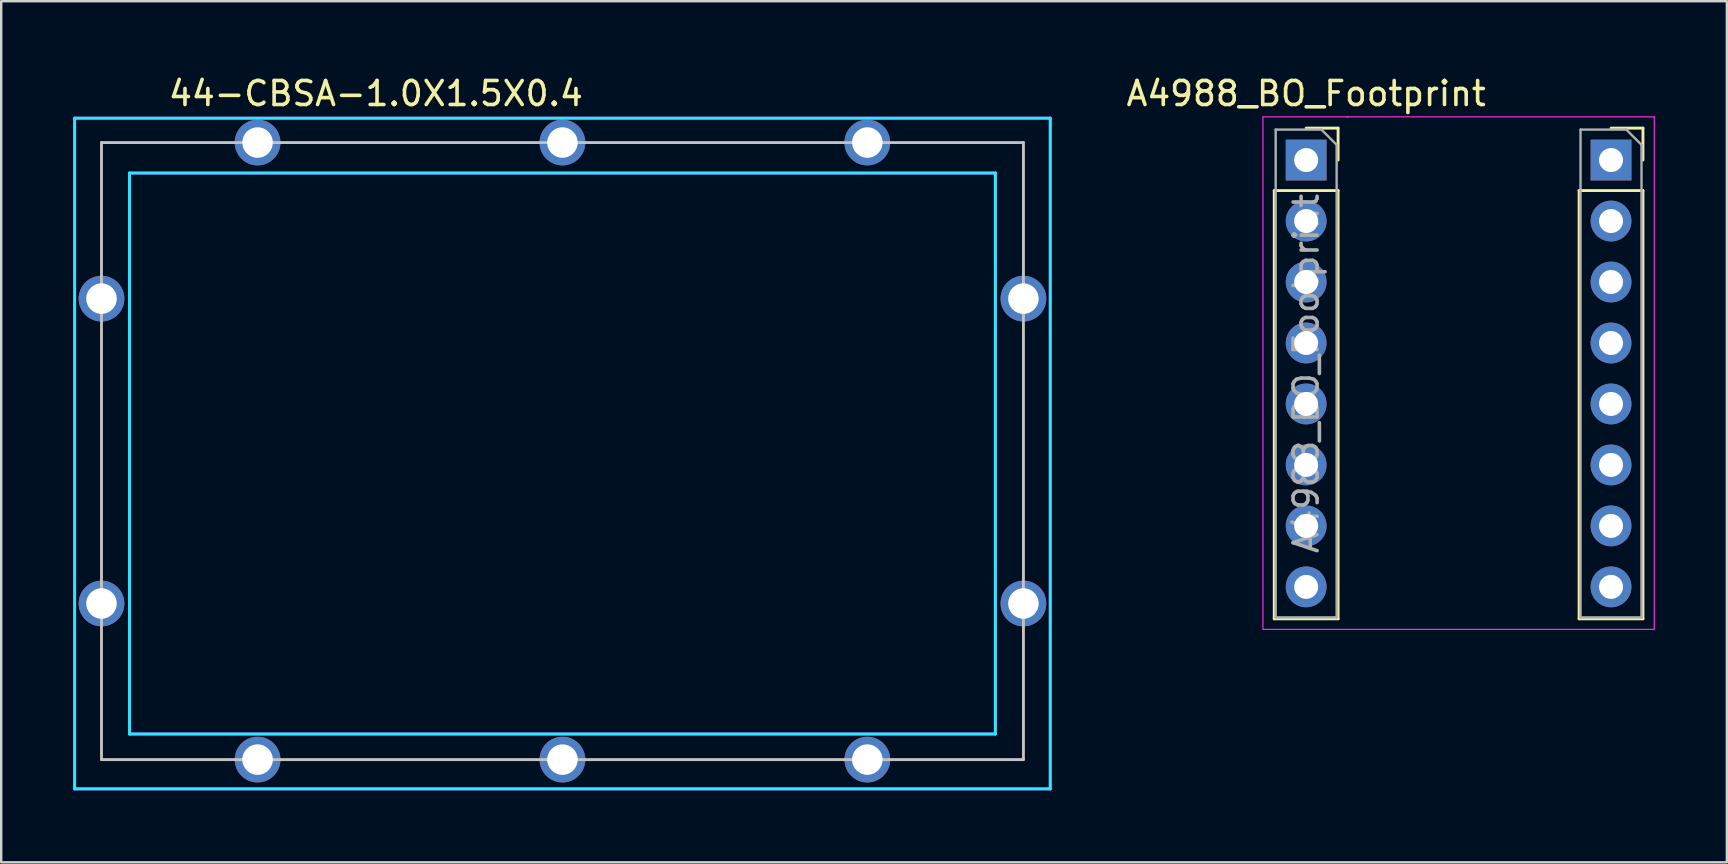
<source format=kicad_pcb>
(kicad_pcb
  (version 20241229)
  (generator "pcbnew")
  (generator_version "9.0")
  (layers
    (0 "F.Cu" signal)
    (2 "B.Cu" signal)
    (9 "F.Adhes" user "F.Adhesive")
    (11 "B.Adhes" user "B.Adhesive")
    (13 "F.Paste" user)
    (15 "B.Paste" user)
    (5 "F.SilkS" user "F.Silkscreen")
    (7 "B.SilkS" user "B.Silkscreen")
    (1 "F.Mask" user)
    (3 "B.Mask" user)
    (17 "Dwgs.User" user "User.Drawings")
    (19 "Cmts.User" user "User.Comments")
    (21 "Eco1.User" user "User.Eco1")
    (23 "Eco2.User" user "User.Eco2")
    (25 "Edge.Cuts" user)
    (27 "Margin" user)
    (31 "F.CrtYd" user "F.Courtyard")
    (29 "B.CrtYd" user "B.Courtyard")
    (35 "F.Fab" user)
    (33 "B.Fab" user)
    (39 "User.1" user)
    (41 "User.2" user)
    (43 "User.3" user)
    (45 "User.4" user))
  (footprint "44-CBSA-1.0X1.5X0.4"
    (layer "F.Cu")
    (at 1.178 2.888)
    (property "Reference" "44-CBSA-1.0X1.5X0.4" (at 11.43 -2.04 0) (layer "F.SilkS") (effects (font (size 1 1) (thickness 0.15))))
    (attr through_hole)
    (fp_line (start 0 0) (end 0 25.705) (stroke (width 0.12) (type solid)) (layer "Dwgs.User"))
    (fp_line (start 38.405 0) (end 0 0) (stroke (width 0.12) (type solid)) (layer "Dwgs.User"))
    (fp_line (start 38.405 0) (end 38.405 25.705) (stroke (width 0.12) (type solid)) (layer "Dwgs.User"))
    (fp_line (start 38.405 25.705) (end 0 25.705) (stroke (width 0.12) (type solid)) (layer "Dwgs.User"))
    (fp_line (start -1.118 -1.016) (end 39.522 -1.016) (stroke (width 0.12) (type solid)) (layer "B.CrtYd"))
    (fp_line (start -1.118 26.924) (end -1.118 -1.016) (stroke (width 0.12) (type solid)) (layer "B.CrtYd"))
    (fp_line (start 1.168 1.27) (end 37.236 1.27) (stroke (width 0.12) (type solid)) (layer "B.CrtYd"))
    (fp_line (start 1.168 24.638) (end 1.168 1.27) (stroke (width 0.12) (type solid)) (layer "B.CrtYd"))
    (fp_line (start 37.236 1.27) (end 37.236 24.638) (stroke (width 0.12) (type solid)) (layer "B.CrtYd"))
    (fp_line (start 37.236 24.638) (end 1.168 24.638) (stroke (width 0.12) (type solid)) (layer "B.CrtYd"))
    (fp_line (start 39.522 -1.016) (end 39.522 26.924) (stroke (width 0.12) (type solid)) (layer "B.CrtYd"))
    (fp_line (start 39.522 26.924) (end -1.118 26.924) (stroke (width 0.12) (type solid)) (layer "B.CrtYd"))
    (fp_line (start -1.118 -1.016) (end 39.522 -1.016) (stroke (width 0.12) (type solid)) (layer "F.CrtYd"))
    (fp_line (start -1.118 26.924) (end -1.118 -1.016) (stroke (width 0.12) (type solid)) (layer "F.CrtYd"))
    (fp_line (start 1.168 1.27) (end 37.236 1.27) (stroke (width 0.12) (type solid)) (layer "F.CrtYd"))
    (fp_line (start 1.168 24.638) (end 1.168 1.27) (stroke (width 0.12) (type solid)) (layer "F.CrtYd"))
    (fp_line (start 37.236 1.27) (end 37.236 24.638) (stroke (width 0.12) (type solid)) (layer "F.CrtYd"))
    (fp_line (start 37.236 24.638) (end 1.168 24.638) (stroke (width 0.12) (type solid)) (layer "F.CrtYd"))
    (fp_line (start 39.522 -1.016) (end 39.522 26.924) (stroke (width 0.12) (type solid)) (layer "F.CrtYd"))
    (fp_line (start 39.522 26.924) (end -1.118 26.924) (stroke (width 0.12) (type solid)) (layer "F.CrtYd"))
    (pad "1" thru_hole circle (at 0 6.502) (size 1.905 1.905) (drill 1.27) (layers "*.Cu" "*.Mask"))
    (pad "1" thru_hole circle (at 0 19.202) (size 1.905 1.905) (drill 1.27) (layers "*.Cu" "*.Mask"))
    (pad "1" thru_hole circle (at 6.502 0) (size 1.905 1.905) (drill 1.27) (layers "*.Cu" "*.Mask"))
    (pad "1" thru_hole circle (at 6.502 25.705) (size 1.905 1.905) (drill 1.27) (layers "*.Cu" "*.Mask"))
    (pad "1" thru_hole circle (at 19.202 0) (size 1.905 1.905) (drill 1.27) (layers "*.Cu" "*.Mask"))
    (pad "1" thru_hole circle (at 19.202 25.705) (size 1.905 1.905) (drill 1.27) (layers "*.Cu" "*.Mask"))
    (pad "1" thru_hole circle (at 31.902 0) (size 1.905 1.905) (drill 1.27) (layers "*.Cu" "*.Mask"))
    (pad "1" thru_hole circle (at 31.902 25.705) (size 1.905 1.905) (drill 1.27) (layers "*.Cu" "*.Mask"))
    (pad "1" thru_hole circle (at 38.405 6.502) (size 1.905 1.905) (drill 1.27) (layers "*.Cu" "*.Mask"))
    (pad "1" thru_hole circle (at 38.405 19.202) (size 1.905 1.905) (drill 1.27) (layers "*.Cu" "*.Mask")))
  (footprint "A4988_BO_Footprint"
    (layer "F.Cu")
    (at 51.121 3.138)
    (property "Reference" "A4988_BO_Footprint" (at 0.24 -2.29 0) (layer "F.SilkS") (effects (font (size 1 1) (thickness 0.15))))
    (attr through_hole)
    (fp_line (start -1.09 1.75) (end -1.09 19.59) (stroke (width 0.12) (type solid)) (layer "F.SilkS"))
    (fp_line (start -1.09 1.75) (end 1.57 1.75) (stroke (width 0.12) (type solid)) (layer "F.SilkS"))
    (fp_line (start -1.09 19.59) (end 1.57 19.59) (stroke (width 0.12) (type solid)) (layer "F.SilkS"))
    (fp_line (start 0.24 -0.85) (end 1.57 -0.85) (stroke (width 0.12) (type solid)) (layer "F.SilkS"))
    (fp_line (start 1.57 -0.85) (end 1.57 0.48) (stroke (width 0.12) (type solid)) (layer "F.SilkS"))
    (fp_line (start 1.57 1.75) (end 1.57 19.59) (stroke (width 0.12) (type solid)) (layer "F.SilkS"))
    (fp_line (start 11.61 1.75) (end 11.61 19.59) (stroke (width 0.12) (type solid)) (layer "F.SilkS"))
    (fp_line (start 11.61 1.75) (end 14.27 1.75) (stroke (width 0.12) (type solid)) (layer "F.SilkS"))
    (fp_line (start 11.61 19.59) (end 14.27 19.59) (stroke (width 0.12) (type solid)) (layer "F.SilkS"))
    (fp_line (start 12.94 -0.85) (end 14.27 -0.85) (stroke (width 0.12) (type solid)) (layer "F.SilkS"))
    (fp_line (start 14.27 -0.85) (end 14.27 0.48) (stroke (width 0.12) (type solid)) (layer "F.SilkS"))
    (fp_line (start 14.27 1.75) (end 14.27 19.59) (stroke (width 0.12) (type solid)) (layer "F.SilkS"))
    (fp_line (start -1.56 -1.32) (end 1.99 -1.32) (stroke (width 0.05) (type solid)) (layer "F.CrtYd"))
    (fp_line (start -1.56 20.03) (end -1.56 -1.32) (stroke (width 0.05) (type solid)) (layer "F.CrtYd"))
    (fp_line (start 1.94 -1.32) (end 14.74 -1.32) (stroke (width 0.05) (type solid)) (layer "F.CrtYd"))
    (fp_line (start 1.99 20.03) (end -1.56 20.03) (stroke (width 0.05) (type solid)) (layer "F.CrtYd"))
    (fp_line (start 14.74 -1.32) (end 14.74 20.03) (stroke (width 0.05) (type solid)) (layer "F.CrtYd"))
    (fp_line (start 14.74 20.03) (end 1.99 20.03) (stroke (width 0.05) (type solid)) (layer "F.CrtYd"))
    (fp_line (start -1.03 -0.79) (end 0.875 -0.79) (stroke (width 0.1) (type solid)) (layer "F.Fab"))
    (fp_line (start -1.03 19.53) (end -1.03 -0.79) (stroke (width 0.1) (type solid)) (layer "F.Fab"))
    (fp_line (start 0.875 -0.79) (end 1.51 -0.155) (stroke (width 0.1) (type solid)) (layer "F.Fab"))
    (fp_line (start 1.51 -0.155) (end 1.51 19.53) (stroke (width 0.1) (type solid)) (layer "F.Fab"))
    (fp_line (start 1.51 19.53) (end -1.03 19.53) (stroke (width 0.1) (type solid)) (layer "F.Fab"))
    (fp_line (start 11.67 -0.79) (end 13.575 -0.79) (stroke (width 0.1) (type solid)) (layer "F.Fab"))
    (fp_line (start 11.67 19.53) (end 11.67 -0.79) (stroke (width 0.1) (type solid)) (layer "F.Fab"))
    (fp_line (start 13.575 -0.79) (end 14.21 -0.155) (stroke (width 0.1) (type solid)) (layer "F.Fab"))
    (fp_line (start 14.21 -0.155) (end 14.21 19.53) (stroke (width 0.1) (type solid)) (layer "F.Fab"))
    (fp_line (start 14.21 19.53) (end 11.67 19.53) (stroke (width 0.1) (type solid)) (layer "F.Fab"))
    (fp_text user "${REFERENCE}" (at 0.24 9.37 90) (layer "F.Fab") (effects (font (size 1 1) (thickness 0.15))))
    (pad "1" thru_hole rect (at 0.24 0.48) (size 1.7 1.7) (drill 1) (layers "*.Cu" "*.Mask"))
    (pad "2" thru_hole oval (at 0.24 3.02) (size 1.7 1.7) (drill 1) (layers "*.Cu" "*.Mask"))
    (pad "3" thru_hole oval (at 0.24 5.56) (size 1.7 1.7) (drill 1) (layers "*.Cu" "*.Mask"))
    (pad "4" thru_hole oval (at 0.24 8.1) (size 1.7 1.7) (drill 1) (layers "*.Cu" "*.Mask"))
    (pad "5" thru_hole oval (at 0.24 10.64) (size 1.7 1.7) (drill 1) (layers "*.Cu" "*.Mask"))
    (pad "6" thru_hole oval (at 0.24 13.18) (size 1.7 1.7) (drill 1) (layers "*.Cu" "*.Mask"))
    (pad "7" thru_hole oval (at 0.24 15.72) (size 1.7 1.7) (drill 1) (layers "*.Cu" "*.Mask"))
    (pad "8" thru_hole oval (at 0.24 18.26) (size 1.7 1.7) (drill 1) (layers "*.Cu" "*.Mask"))
    (pad "9" thru_hole rect (at 12.94 0.48) (size 1.7 1.7) (drill 1) (layers "*.Cu" "*.Mask"))
    (pad "10" thru_hole oval (at 12.94 3.02) (size 1.7 1.7) (drill 1) (layers "*.Cu" "*.Mask"))
    (pad "11" thru_hole oval (at 12.94 5.56) (size 1.7 1.7) (drill 1) (layers "*.Cu" "*.Mask"))
    (pad "12" thru_hole oval (at 12.94 8.1) (size 1.7 1.7) (drill 1) (layers "*.Cu" "*.Mask"))
    (pad "13" thru_hole oval (at 12.94 10.64) (size 1.7 1.7) (drill 1) (layers "*.Cu" "*.Mask"))
    (pad "14" thru_hole oval (at 12.94 13.18) (size 1.7 1.7) (drill 1) (layers "*.Cu" "*.Mask"))
    (pad "15" thru_hole oval (at 12.94 15.72) (size 1.7 1.7) (drill 1) (layers "*.Cu" "*.Mask"))
    (pad "16" thru_hole oval (at 12.94 18.26) (size 1.7 1.7) (drill 1) (layers "*.Cu" "*.Mask")))
  (gr_rect
    (start -3 -3)
    (end 68.886 32.872)
    (stroke (width 0.1) (type default))
    (fill no)
    (layer "Edge.Cuts")))
</source>
